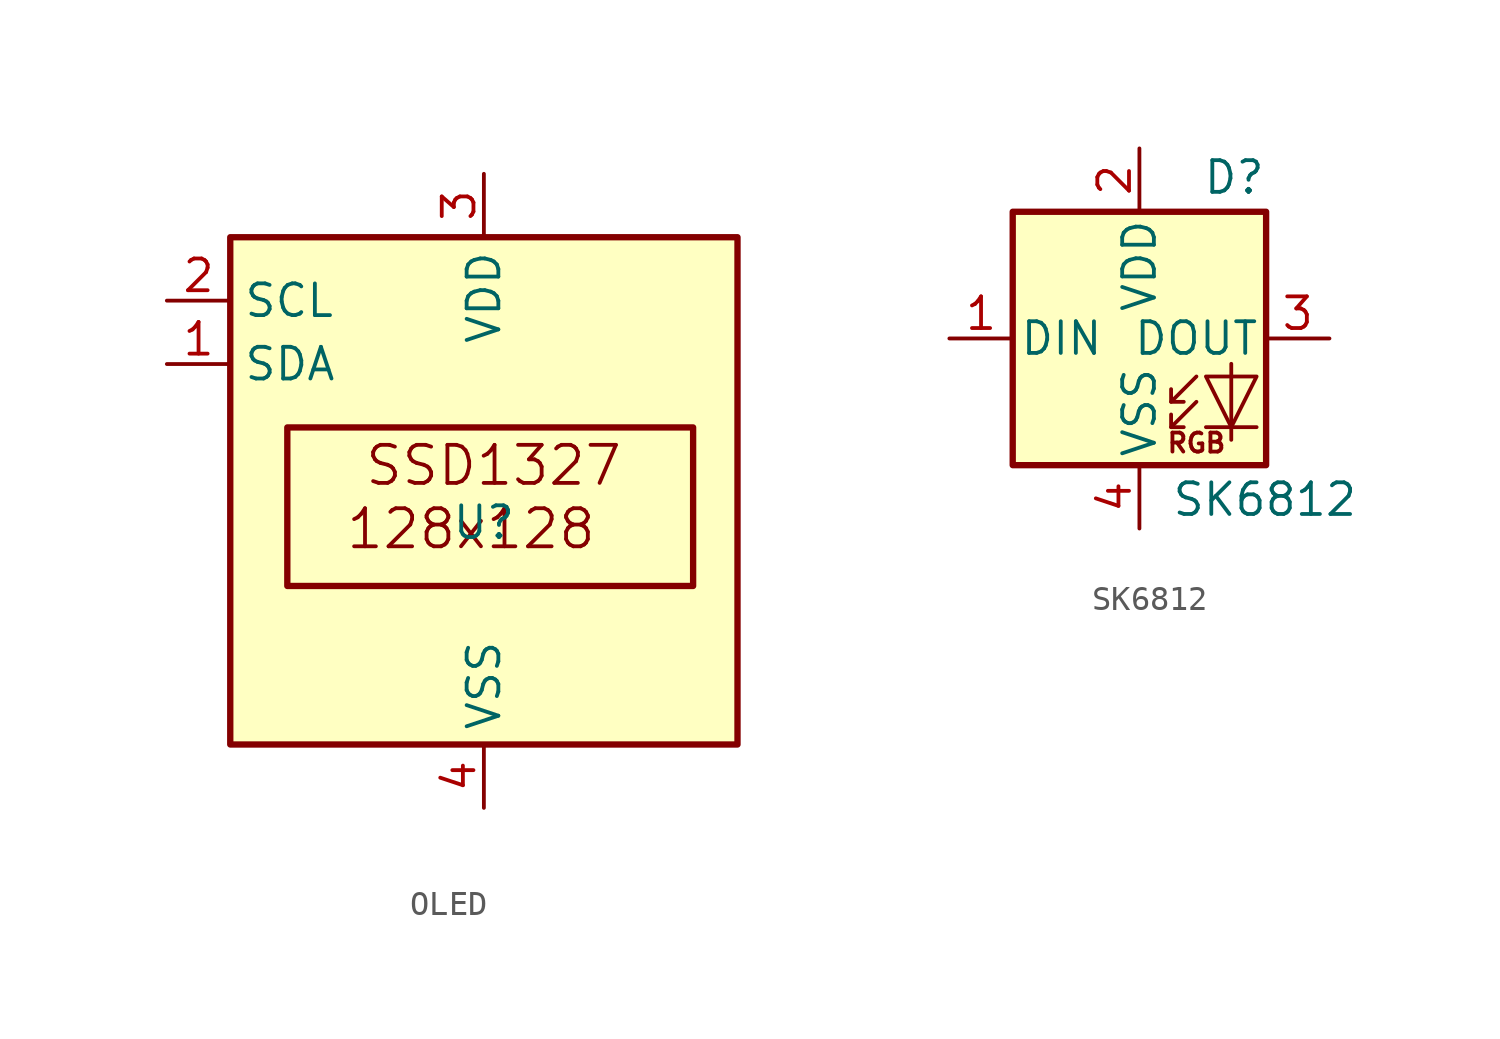
<source format=kicad_sym>
(kicad_symbol_lib
  (version 20231120)
  (generator "kicad_symbol_editor")
  (generator_version "8.0")
  (symbol "OLED"
    (property "Reference" "U"
      (at 0 0 0)
      (effects (font (size 1.27 1.27))))
    (property "Value" ""
      (at 0 0 0)
      (effects (font (size 1.27 1.27))))
    (symbol "OLED_0_0"
      (rectangle (start -7.874 3.81) (end 8.382 -2.54) (stroke (width 0.254) (type default)) (fill (type none))))
    (symbol "OLED_0_1"
      (rectangle (start -10.16 11.43) (end 10.16 -8.89) (stroke (width 0.254) (type default)) (fill (type background))))
    (symbol "OLED_1_0"
      (text "128x128" (at -5.588 -0.254 0) (effects (font (size 1.524 1.524)) (justify left)))
      (text "SSD1327" (at -4.826 2.286 0) (effects (font (size 1.524 1.524)) (justify left))))
    (symbol "OLED_1_1"
      (pin bidirectional line (at -12.7 6.35 0) (length 2.54) (name "SDA" (effects (font (size 1.27 1.27)))) (number "1" (effects (font (size 1.27 1.27)))))
      (pin input line (at -12.7 8.89 0) (length 2.54) (name "SCL" (effects (font (size 1.27 1.27)))) (number "2" (effects (font (size 1.27 1.27)))))
      (pin power_in line (at 0 13.97 270) (length 2.54) (name "VDD" (effects (font (size 1.27 1.27)))) (number "3" (effects (font (size 1.27 1.27)))))
      (pin power_in line (at 0 -11.43 90) (length 2.54) (name "VSS" (effects (font (size 1.27 1.27)))) (number "4" (effects (font (size 1.27 1.27)))))))
  (symbol "SK6812"
    (pin_names
      (offset 0.254))
    (property "Reference" "D"
      (at 5.08 5.715 0)
      (effects (font (size 1.27 1.27)) (justify right bottom)))
    (property "Value" "SK6812"
      (at 1.27 -5.715 0)
      (effects (font (size 1.27 1.27)) (justify left top)))
    (symbol "SK6812_0_0"
      (text "RGB" (at 2.286 -4.191 0) (effects (font (size 0.762 0.762)))))
    (symbol "SK6812_0_1"
      (polyline (pts (xy 1.27 -3.556) (xy 1.778 -3.556)) (stroke (width 0) (type default)) (fill (type none)))
      (polyline (pts (xy 1.27 -2.54) (xy 1.778 -2.54)) (stroke (width 0) (type default)) (fill (type none)))
      (polyline (pts (xy 4.699 -3.556) (xy 2.667 -3.556)) (stroke (width 0) (type default)) (fill (type none)))
      (polyline (pts (xy 2.286 -2.54) (xy 1.27 -3.556) (xy 1.27 -3.048)) (stroke (width 0) (type default)) (fill (type none)))
      (polyline (pts (xy 2.286 -1.524) (xy 1.27 -2.54) (xy 1.27 -2.032)) (stroke (width 0) (type default)) (fill (type none)))
      (polyline (pts (xy 3.683 -1.016) (xy 3.683 -3.556) (xy 3.683 -4.064)) (stroke (width 0) (type default)) (fill (type none)))
      (polyline (pts (xy 4.699 -1.524) (xy 2.667 -1.524) (xy 3.683 -3.556) (xy 4.699 -1.524)) (stroke (width 0) (type default)) (fill (type none)))
      (rectangle (start 5.08 5.08) (end -5.08 -5.08) (stroke (width 0.254) (type default)) (fill (type background))))
    (symbol "SK6812_1_1"
      (pin input line (at -7.62 0 0) (length 2.54) (name "DIN" (effects (font (size 1.27 1.27)))) (number "1" (effects (font (size 1.27 1.27)))))
      (pin power_in line (at 0 7.62 270) (length 2.54) (name "VDD" (effects (font (size 1.27 1.27)))) (number "2" (effects (font (size 1.27 1.27)))))
      (pin output line (at 7.62 0 180) (length 2.54) (name "DOUT" (effects (font (size 1.27 1.27)))) (number "3" (effects (font (size 1.27 1.27)))))
      (pin power_in line (at 0 -7.62 90) (length 2.54) (name "VSS" (effects (font (size 1.27 1.27)))) (number "4" (effects (font (size 1.27 1.27))))))))
</source>
